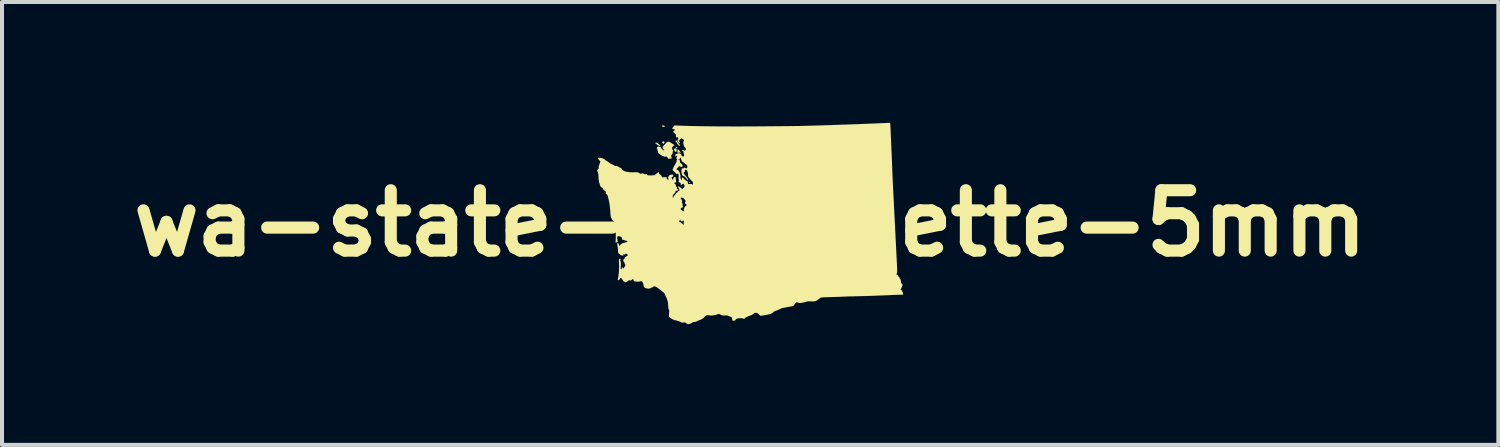
<source format=kicad_pcb>
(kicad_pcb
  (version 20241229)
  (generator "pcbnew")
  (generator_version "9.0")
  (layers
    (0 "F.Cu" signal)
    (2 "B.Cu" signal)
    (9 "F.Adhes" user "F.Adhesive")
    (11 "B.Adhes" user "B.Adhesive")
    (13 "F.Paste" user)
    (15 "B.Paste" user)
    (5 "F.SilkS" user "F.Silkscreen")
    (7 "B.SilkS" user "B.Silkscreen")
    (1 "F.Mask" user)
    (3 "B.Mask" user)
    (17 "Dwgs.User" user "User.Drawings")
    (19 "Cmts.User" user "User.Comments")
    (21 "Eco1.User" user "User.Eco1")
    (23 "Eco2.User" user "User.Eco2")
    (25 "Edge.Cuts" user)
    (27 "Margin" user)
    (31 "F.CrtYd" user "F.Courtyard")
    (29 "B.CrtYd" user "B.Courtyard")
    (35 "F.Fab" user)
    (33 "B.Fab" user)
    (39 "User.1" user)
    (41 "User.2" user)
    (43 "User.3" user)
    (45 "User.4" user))
  (footprint "wa-state-silhouette-5mm"
    (layer "F.Cu")
    (at 15.586 2.497)
    (property "Reference" "wa-state-silhouette-5mm" (at 0 0 0) (layer "F.SilkS") (effects (font (size 1.5 1.5) (thickness 0.3))))
    (attr board_only exclude_from_pos_files exclude_from_bom)
    (fp_poly (pts (xy -2.24 1.66) (xy -2.245 1.664) (xy -2.249 1.66) (xy -2.245 1.655)) (stroke (width 0) (type solid)) (fill yes) (layer "F.SilkS"))
    (fp_poly (pts (xy -2.149 1.742) (xy -2.153 1.746) (xy -2.158 1.742) (xy -2.153 1.737)) (stroke (width 0) (type solid)) (fill yes) (layer "F.SilkS"))
    (fp_poly (pts (xy -1.856 -1.495) (xy -1.861 -1.49) (xy -1.865 -1.495) (xy -1.861 -1.499)) (stroke (width 0) (type solid)) (fill yes) (layer "F.SilkS"))
    (fp_poly (pts (xy -1.756 -1.852) (xy -1.76 -1.847) (xy -1.765 -1.852) (xy -1.76 -1.856)) (stroke (width 0) (type solid)) (fill yes) (layer "F.SilkS"))
    (fp_poly (pts (xy -1.746 -2.053) (xy -1.751 -2.048) (xy -1.756 -2.053) (xy -1.751 -2.057)) (stroke (width 0) (type solid)) (fill yes) (layer "F.SilkS"))
    (fp_poly (pts (xy -1.71 -1.522) (xy -1.714 -1.518) (xy -1.719 -1.522) (xy -1.714 -1.527)) (stroke (width 0) (type solid)) (fill yes) (layer "F.SilkS"))
    (fp_poly (pts (xy -1.673 -1.724) (xy -1.678 -1.719) (xy -1.682 -1.724) (xy -1.678 -1.728)) (stroke (width 0) (type solid)) (fill yes) (layer "F.SilkS"))
    (fp_poly (pts (xy -1.628 -1.824) (xy -1.632 -1.82) (xy -1.637 -1.824) (xy -1.632 -1.829)) (stroke (width 0) (type solid)) (fill yes) (layer "F.SilkS"))
    (fp_poly (pts (xy -1.509 -1.028) (xy -1.502 -1.022) (xy -1.491 -1.007) (xy -1.495 -1.001) (xy -1.506 -1.003) (xy -1.516 -1.015) (xy -1.518 -1.022) (xy -1.516 -1.032)) (stroke (width 0) (type solid)) (fill yes) (layer "F.SilkS"))
    (fp_poly (pts (xy -1.816 -1.893) (xy -1.81 -1.884) (xy -1.807 -1.869) (xy -1.816 -1.865) (xy -1.837 -1.873) (xy -1.841 -1.876) (xy -1.852 -1.885) (xy -1.847 -1.893) (xy -1.846 -1.894) (xy -1.828 -1.901)) (stroke (width 0) (type solid)) (fill yes) (layer "F.SilkS"))
    (fp_poly (pts (xy -2.16 -2.434) (xy -2.134 -2.424) (xy -2.122 -2.406) (xy -2.121 -2.402) (xy -2.129 -2.398) (xy -2.149 -2.396) (xy -2.153 -2.396) (xy -2.175 -2.397) (xy -2.184 -2.405) (xy -2.185 -2.417) (xy -2.183 -2.432) (xy -2.171 -2.436)) (stroke (width 0) (type solid)) (fill yes) (layer "F.SilkS"))
    (fp_poly (pts (xy -2.138 -2.036) (xy -2.131 -2.021) (xy -2.13 -2.018) (xy -2.136 -1.995) (xy -2.149 -1.979) (xy -2.16 -1.975) (xy -2.166 -1.982) (xy -2.167 -1.989) (xy -2.174 -2.001) (xy -2.181 -2.002) (xy -2.193 -2.006) (xy -2.189 -2.017) (xy -2.178 -2.026) (xy -2.155 -2.038)) (stroke (width 0) (type solid)) (fill yes) (layer "F.SilkS"))
    (fp_poly (pts (xy -1.852 -1.865) (xy -1.84 -1.849) (xy -1.83 -1.831) (xy -1.824 -1.807) (xy -1.829 -1.792) (xy -1.844 -1.776) (xy -1.862 -1.777) (xy -1.879 -1.794) (xy -1.881 -1.799) (xy -1.891 -1.825) (xy -1.89 -1.842) (xy -1.877 -1.859) (xy -1.876 -1.859) (xy -1.863 -1.868)) (stroke (width 0) (type solid)) (fill yes) (layer "F.SilkS"))
    (fp_poly (pts (xy -2.335 -2.001) (xy -2.312 -1.993) (xy -2.286 -1.98) (xy -2.263 -1.963) (xy -2.249 -1.947) (xy -2.234 -1.924) (xy -2.231 -1.913) (xy -2.241 -1.912) (xy -2.263 -1.923) (xy -2.299 -1.945) (xy -2.303 -1.947) (xy -2.33 -1.966) (xy -2.35 -1.982) (xy -2.359 -1.992) (xy -2.359 -1.993) (xy -2.352 -2.002)) (stroke (width 0) (type solid)) (fill yes) (layer "F.SilkS"))
    (fp_poly (pts (xy -1.796 -1.842) (xy -1.782 -1.829) (xy -1.765 -1.81) (xy -1.748 -1.79) (xy -1.734 -1.771) (xy -1.728 -1.76) (xy -1.728 -1.759) (xy -1.731 -1.749) (xy -1.741 -1.755) (xy -1.759 -1.76) (xy -1.777 -1.756) (xy -1.795 -1.752) (xy -1.805 -1.754) (xy -1.806 -1.765) (xy -1.806 -1.787) (xy -1.805 -1.813) (xy -1.804 -1.835) (xy -1.802 -1.845)) (stroke (width 0) (type solid)) (fill yes) (layer "F.SilkS"))
    (fp_poly (pts (xy -1.823 -2.046) (xy -1.815 -2.032) (xy -1.796 -2.003) (xy -1.773 -1.976) (xy -1.772 -1.974) (xy -1.755 -1.953) (xy -1.747 -1.934) (xy -1.749 -1.922) (xy -1.755 -1.92) (xy -1.767 -1.926) (xy -1.784 -1.941) (xy -1.788 -1.944) (xy -1.807 -1.968) (xy -1.821 -1.993) (xy -1.821 -1.995) (xy -1.832 -2.013) (xy -1.844 -2.021) (xy -1.854 -2.028) (xy -1.854 -2.044) (xy -1.849 -2.062) (xy -1.838 -2.063)) (stroke (width 0) (type solid)) (fill yes) (layer "F.SilkS"))
    (fp_poly (pts (xy -2.022 -2.026) (xy -1.996 -2.015) (xy -1.96 -1.995) (xy -1.916 -1.966) (xy -1.881 -1.944) (xy -1.913 -1.916) (xy -1.936 -1.89) (xy -1.943 -1.865) (xy -1.933 -1.837) (xy -1.926 -1.825) (xy -1.916 -1.805) (xy -1.918 -1.791) (xy -1.921 -1.787) (xy -1.927 -1.768) (xy -1.926 -1.753) (xy -1.927 -1.732) (xy -1.944 -1.709) (xy -1.945 -1.708) (xy -1.961 -1.689) (xy -1.965 -1.675) (xy -1.959 -1.654) (xy -1.958 -1.65) (xy -1.951 -1.628) (xy -1.949 -1.615) (xy -1.949 -1.614) (xy -1.959 -1.611) (xy -1.981 -1.607) (xy -1.994 -1.605) (xy -2.02 -1.602) (xy -2.034 -1.604) (xy -2.04 -1.613) (xy -2.041 -1.618) (xy -2.05 -1.632) (xy -2.059 -1.635) (xy -2.068 -1.639) (xy -2.068 -1.649) (xy -2.069 -1.66) (xy -2.079 -1.658) (xy -2.083 -1.656) (xy -2.107 -1.652) (xy -2.14 -1.658) (xy -2.178 -1.673) (xy -2.216 -1.695) (xy -2.238 -1.709) (xy -2.254 -1.718) (xy -2.258 -1.719) (xy -2.267 -1.726) (xy -2.278 -1.744) (xy -2.288 -1.764) (xy -2.291 -1.779) (xy -2.291 -1.782) (xy -2.292 -1.794) (xy -2.295 -1.797) (xy -2.302 -1.809) (xy -2.304 -1.824) (xy -2.308 -1.842) (xy -2.315 -1.849) (xy -2.321 -1.859) (xy -2.319 -1.876) (xy -2.311 -1.893) (xy -2.298 -1.903) (xy -2.297 -1.904) (xy -2.271 -1.905) (xy -2.246 -1.902) (xy -2.228 -1.895) (xy -2.222 -1.887) (xy -2.215 -1.873) (xy -2.199 -1.853) (xy -2.179 -1.833) (xy -2.159 -1.818) (xy -2.144 -1.812) (xy -2.143 -1.812) (xy -2.131 -1.82) (xy -2.133 -1.829) (xy -2.149 -1.836) (xy -2.163 -1.843) (xy -2.163 -1.853) (xy -2.165 -1.87) (xy -2.173 -1.879) (xy -2.179 -1.883) (xy -2.182 -1.888) (xy -2.18 -1.896) (xy -2.171 -1.908) (xy -2.154 -1.927) (xy -2.127 -1.956) (xy -2.103 -1.982) (xy -2.08 -2.006) (xy -2.061 -2.021) (xy -2.042 -2.028)) (stroke (width 0) (type solid)) (fill yes) (layer "F.SilkS"))
    (fp_poly (pts (xy 3.478 -2.471) (xy 3.48 -2.453) (xy 3.482 -2.421) (xy 3.485 -2.378) (xy 3.487 -2.329) (xy 3.488 -2.309) (xy 3.49 -2.264) (xy 3.492 -2.204) (xy 3.495 -2.134) (xy 3.499 -2.057) (xy 3.502 -1.977) (xy 3.506 -1.896) (xy 3.506 -1.879) (xy 3.51 -1.79) (xy 3.515 -1.691) (xy 3.519 -1.588) (xy 3.523 -1.487) (xy 3.527 -1.393) (xy 3.529 -1.321) (xy 3.532 -1.245) (xy 3.536 -1.156) (xy 3.54 -1.058) (xy 3.545 -0.955) (xy 3.55 -0.853) (xy 3.555 -0.756) (xy 3.557 -0.713) (xy 3.562 -0.629) (xy 3.567 -0.531) (xy 3.572 -0.423) (xy 3.578 -0.308) (xy 3.584 -0.191) (xy 3.59 -0.075) (xy 3.595 0.035) (xy 3.598 0.087) (xy 3.603 0.189) (xy 3.608 0.296) (xy 3.614 0.404) (xy 3.619 0.51) (xy 3.624 0.611) (xy 3.629 0.702) (xy 3.633 0.781) (xy 3.635 0.823) (xy 3.64 0.921) (xy 3.644 1.002) (xy 3.647 1.068) (xy 3.649 1.12) (xy 3.65 1.161) (xy 3.65 1.192) (xy 3.649 1.214) (xy 3.648 1.229) (xy 3.645 1.238) (xy 3.642 1.244) (xy 3.641 1.245) (xy 3.631 1.261) (xy 3.637 1.272) (xy 3.653 1.28) (xy 3.671 1.293) (xy 3.676 1.307) (xy 3.683 1.324) (xy 3.694 1.33) (xy 3.709 1.344) (xy 3.712 1.358) (xy 3.715 1.375) (xy 3.72 1.381) (xy 3.73 1.389) (xy 3.739 1.408) (xy 3.745 1.432) (xy 3.746 1.453) (xy 3.746 1.456) (xy 3.747 1.477) (xy 3.764 1.501) (xy 3.788 1.526) (xy 3.77 1.574) (xy 3.759 1.603) (xy 3.746 1.626) (xy 3.74 1.634) (xy 3.732 1.643) (xy 3.739 1.649) (xy 3.746 1.651) (xy 3.762 1.663) (xy 3.778 1.69) (xy 3.793 1.732) (xy 3.799 1.753) (xy 3.801 1.764) (xy 3.797 1.77) (xy 3.784 1.773) (xy 3.757 1.774) (xy 3.742 1.774) (xy 3.713 1.774) (xy 3.67 1.776) (xy 3.617 1.778) (xy 3.558 1.78) (xy 3.497 1.783) (xy 3.411 1.787) (xy 3.309 1.791) (xy 3.196 1.795) (xy 3.075 1.8) (xy 2.948 1.804) (xy 2.821 1.808) (xy 2.695 1.811) (xy 2.574 1.814) (xy 2.556 1.815) (xy 2.489 1.816) (xy 2.424 1.818) (xy 2.364 1.82) (xy 2.313 1.822) (xy 2.276 1.823) (xy 2.263 1.824) (xy 2.232 1.826) (xy 2.187 1.827) (xy 2.131 1.829) (xy 2.068 1.831) (xy 2.002 1.833) (xy 1.97 1.834) (xy 1.901 1.836) (xy 1.847 1.838) (xy 1.807 1.84) (xy 1.778 1.842) (xy 1.759 1.845) (xy 1.747 1.849) (xy 1.739 1.853) (xy 1.737 1.856) (xy 1.723 1.869) (xy 1.698 1.887) (xy 1.67 1.907) (xy 1.649 1.92) (xy 1.632 1.93) (xy 1.615 1.936) (xy 1.594 1.939) (xy 1.567 1.94) (xy 1.529 1.94) (xy 1.476 1.939) (xy 1.471 1.938) (xy 1.438 1.939) (xy 1.411 1.943) (xy 1.4 1.947) (xy 1.381 1.954) (xy 1.351 1.961) (xy 1.329 1.966) (xy 1.294 1.972) (xy 1.262 1.977) (xy 1.247 1.98) (xy 1.21 1.979) (xy 1.19 1.971) (xy 1.165 1.962) (xy 1.144 1.966) (xy 1.124 1.983) (xy 1.101 2.015) (xy 1.086 2.037) (xy 1.073 2.05) (xy 1.056 2.058) (xy 1.028 2.063) (xy 1.011 2.066) (xy 0.966 2.073) (xy 0.918 2.082) (xy 0.887 2.089) (xy 0.853 2.096) (xy 0.824 2.101) (xy 0.808 2.103) (xy 0.791 2.107) (xy 0.763 2.118) (xy 0.732 2.133) (xy 0.73 2.134) (xy 0.695 2.151) (xy 0.661 2.165) (xy 0.637 2.172) (xy 0.6 2.187) (xy 0.569 2.212) (xy 0.549 2.229) (xy 0.527 2.242) (xy 0.498 2.253) (xy 0.456 2.264) (xy 0.453 2.265) (xy 0.407 2.275) (xy 0.36 2.284) (xy 0.319 2.29) (xy 0.311 2.291) (xy 0.251 2.297) (xy 0.213 2.259) (xy 0.176 2.231) (xy 0.143 2.221) (xy 0.109 2.228) (xy 0.08 2.248) (xy 0.054 2.267) (xy 0.028 2.282) (xy 0.023 2.284) (xy -0.03 2.303) (xy -0.069 2.319) (xy -0.096 2.332) (xy -0.116 2.344) (xy -0.129 2.355) (xy -0.147 2.371) (xy -0.159 2.374) (xy -0.174 2.368) (xy -0.176 2.367) (xy -0.198 2.36) (xy -0.231 2.357) (xy -0.269 2.358) (xy -0.306 2.363) (xy -0.336 2.371) (xy -0.35 2.379) (xy -0.362 2.395) (xy -0.366 2.404) (xy -0.374 2.411) (xy -0.392 2.418) (xy -0.415 2.421) (xy -0.434 2.421) (xy -0.438 2.419) (xy -0.445 2.406) (xy -0.448 2.384) (xy -0.448 2.384) (xy -0.454 2.354) (xy -0.467 2.332) (xy -0.485 2.322) (xy -0.486 2.322) (xy -0.502 2.318) (xy -0.526 2.308) (xy -0.535 2.303) (xy -0.561 2.293) (xy -0.586 2.288) (xy -0.62 2.289) (xy -0.628 2.29) (xy -0.663 2.292) (xy -0.689 2.289) (xy -0.715 2.28) (xy -0.73 2.272) (xy -0.774 2.249) (xy -0.824 2.266) (xy -0.878 2.281) (xy -0.934 2.289) (xy -0.985 2.291) (xy -1.023 2.286) (xy -1.066 2.283) (xy -1.104 2.295) (xy -1.134 2.321) (xy -1.141 2.331) (xy -1.157 2.352) (xy -1.174 2.364) (xy -1.175 2.365) (xy -1.197 2.375) (xy -1.207 2.382) (xy -1.224 2.392) (xy -1.25 2.402) (xy -1.257 2.404) (xy -1.289 2.415) (xy -1.318 2.43) (xy -1.321 2.432) (xy -1.354 2.446) (xy -1.387 2.45) (xy -1.412 2.452) (xy -1.429 2.458) (xy -1.431 2.46) (xy -1.445 2.472) (xy -1.47 2.486) (xy -1.498 2.497) (xy -1.522 2.504) (xy -1.529 2.505) (xy -1.555 2.501) (xy -1.568 2.497) (xy -1.59 2.483) (xy -1.599 2.474) (xy -1.612 2.465) (xy -1.631 2.463) (xy -1.656 2.465) (xy -1.689 2.467) (xy -1.711 2.462) (xy -1.713 2.461) (xy -1.732 2.45) (xy -1.761 2.437) (xy -1.796 2.425) (xy -1.83 2.414) (xy -1.858 2.408) (xy -1.872 2.407) (xy -1.888 2.408) (xy -1.893 2.403) (xy -1.9 2.396) (xy -1.904 2.395) (xy -1.917 2.39) (xy -1.94 2.378) (xy -1.967 2.361) (xy -1.993 2.344) (xy -2.01 2.331) (xy -2.016 2.321) (xy -2.018 2.302) (xy -2.018 2.27) (xy -2.016 2.239) (xy -2.013 2.197) (xy -2.013 2.168) (xy -2.017 2.151) (xy -2.022 2.143) (xy -2.029 2.125) (xy -2.034 2.095) (xy -2.036 2.072) (xy -2.042 1.981) (xy -2.058 1.906) (xy -2.082 1.847) (xy -2.098 1.815) (xy -2.111 1.785) (xy -2.116 1.768) (xy -2.128 1.742) (xy -2.146 1.722) (xy -2.167 1.706) (xy -2.194 1.685) (xy -2.209 1.673) (xy -2.261 1.632) (xy -2.302 1.602) (xy -2.334 1.582) (xy -2.359 1.571) (xy -2.379 1.567) (xy -2.397 1.57) (xy -2.398 1.57) (xy -2.417 1.579) (xy -2.425 1.589) (xy -2.425 1.59) (xy -2.428 1.597) (xy -2.432 1.596) (xy -2.445 1.596) (xy -2.466 1.605) (xy -2.471 1.608) (xy -2.495 1.619) (xy -2.522 1.622) (xy -2.551 1.621) (xy -2.598 1.611) (xy -2.63 1.591) (xy -2.648 1.56) (xy -2.652 1.53) (xy -2.656 1.497) (xy -2.671 1.47) (xy -2.678 1.461) (xy -2.696 1.443) (xy -2.709 1.437) (xy -2.724 1.441) (xy -2.727 1.442) (xy -2.749 1.447) (xy -2.783 1.449) (xy -2.821 1.449) (xy -2.856 1.446) (xy -2.878 1.441) (xy -2.895 1.427) (xy -2.898 1.413) (xy -2.904 1.394) (xy -2.912 1.386) (xy -2.924 1.386) (xy -2.926 1.389) (xy -2.933 1.399) (xy -2.949 1.412) (xy -2.95 1.413) (xy -2.973 1.423) (xy -2.994 1.419) (xy -3.008 1.416) (xy -3.024 1.422) (xy -3.047 1.439) (xy -3.049 1.44) (xy -3.078 1.46) (xy -3.1 1.465) (xy -3.103 1.465) (xy -3.122 1.457) (xy -3.141 1.445) (xy -3.155 1.433) (xy -3.159 1.425) (xy -3.158 1.424) (xy -3.161 1.416) (xy -3.168 1.408) (xy -3.18 1.393) (xy -3.182 1.386) (xy -3.189 1.374) (xy -3.204 1.364) (xy -3.22 1.359) (xy -3.23 1.366) (xy -3.237 1.38) (xy -3.25 1.399) (xy -3.268 1.412) (xy -3.285 1.415) (xy -3.291 1.412) (xy -3.291 1.401) (xy -3.287 1.379) (xy -3.284 1.364) (xy -3.275 1.324) (xy -3.268 1.27) (xy -3.263 1.207) (xy -3.259 1.141) (xy -3.257 1.076) (xy -3.258 1.017) (xy -3.259 1.004) (xy -3.261 0.952) (xy -3.261 0.916) (xy -3.258 0.893) (xy -3.251 0.881) (xy -3.241 0.878) (xy -3.241 0.878) (xy -3.229 0.884) (xy -3.223 0.898) (xy -3.227 0.91) (xy -3.228 0.91) (xy -3.23 0.921) (xy -3.223 0.942) (xy -3.223 0.942) (xy -3.216 0.96) (xy -3.213 0.983) (xy -3.213 1.016) (xy -3.215 1.056) (xy -3.218 1.097) (xy -3.218 1.122) (xy -3.216 1.136) (xy -3.211 1.142) (xy -3.206 1.143) (xy -3.194 1.14) (xy -3.192 1.136) (xy -3.193 1.111) (xy -3.188 1.095) (xy -3.18 1.089) (xy -3.171 1.098) (xy -3.168 1.106) (xy -3.162 1.12) (xy -3.153 1.122) (xy -3.14 1.109) (xy -3.125 1.088) (xy -3.106 1.055) (xy -3.1 1.033) (xy -3.108 1.02) (xy -3.109 1.019) (xy -3.116 1.007) (xy -3.118 0.996) (xy -3.124 0.977) (xy -3.136 0.962) (xy -3.15 0.942) (xy -3.154 0.922) (xy -3.147 0.897) (xy -3.136 0.887) (xy -3.121 0.872) (xy -3.118 0.859) (xy -3.111 0.841) (xy -3.102 0.835) (xy -3.083 0.825) (xy -3.061 0.811) (xy -3.061 0.811) (xy -3.036 0.792) (xy -3.059 0.771) (xy -3.08 0.755) (xy -3.094 0.75) (xy -3.098 0.759) (xy -3.097 0.761) (xy -3.102 0.771) (xy -3.118 0.775) (xy -3.135 0.774) (xy -3.147 0.767) (xy -3.153 0.763) (xy -3.152 0.776) (xy -3.152 0.78) (xy -3.151 0.796) (xy -3.157 0.802) (xy -3.176 0.802) (xy -3.18 0.801) (xy -3.205 0.795) (xy -3.222 0.785) (xy -3.223 0.783) (xy -3.238 0.77) (xy -3.246 0.766) (xy -3.265 0.758) (xy -3.277 0.739) (xy -3.282 0.709) (xy -3.283 0.684) (xy -3.285 0.642) (xy -3.291 0.595) (xy -3.297 0.568) (xy -3.304 0.53) (xy -3.304 0.508) (xy -3.301 0.499) (xy -3.286 0.494) (xy -3.271 0.504) (xy -3.26 0.523) (xy -3.257 0.538) (xy -3.251 0.56) (xy -3.243 0.566) (xy -3.235 0.555) (xy -3.232 0.546) (xy -3.218 0.525) (xy -3.191 0.505) (xy -3.155 0.489) (xy -3.132 0.483) (xy -3.1 0.476) (xy -3.07 0.468) (xy -3.068 0.467) (xy -3.05 0.459) (xy -3.047 0.452) (xy -3.058 0.443) (xy -3.058 0.443) (xy -3.079 0.432) (xy -3.092 0.43) (xy -3.115 0.425) (xy -3.125 0.421) (xy -3.146 0.413) (xy -3.166 0.407) (xy -3.184 0.401) (xy -3.188 0.389) (xy -3.186 0.384) (xy -3.188 0.362) (xy -3.204 0.342) (xy -3.229 0.327) (xy -3.259 0.32) (xy -3.263 0.32) (xy -3.292 0.324) (xy -3.304 0.334) (xy -3.305 0.349) (xy -3.303 0.376) (xy -3.299 0.406) (xy -3.293 0.432) (xy -3.287 0.447) (xy -3.292 0.455) (xy -3.309 0.466) (xy -3.314 0.469) (xy -3.345 0.483) (xy -3.34 0.377) (xy -3.339 0.293) (xy -3.344 0.207) (xy -3.356 0.115) (xy -3.371 0.03) (xy -3.38 -0.011) (xy -3.389 -0.037) (xy -3.399 -0.053) (xy -3.406 -0.059) (xy -3.424 -0.078) (xy -3.433 -0.097) (xy -3.442 -0.119) (xy -3.452 -0.132) (xy -3.458 -0.143) (xy -3.464 -0.168) (xy -3.469 -0.207) (xy -3.474 -0.263) (xy -3.474 -0.27) (xy -3.48 -0.349) (xy -3.487 -0.415) (xy -3.494 -0.473) (xy -3.504 -0.527) (xy -3.515 -0.583) (xy -3.531 -0.645) (xy -3.539 -0.679) (xy -3.554 -0.71) (xy -3.571 -0.724) (xy -3.585 -0.734) (xy -3.588 -0.742) (xy -3.585 -0.758) (xy -3.589 -0.779) (xy -3.597 -0.797) (xy -3.607 -0.805) (xy -3.62 -0.811) (xy -3.636 -0.826) (xy -3.652 -0.844) (xy -3.662 -0.86) (xy -3.662 -0.868) (xy -3.667 -0.876) (xy -3.683 -0.887) (xy -3.688 -0.889) (xy -3.709 -0.902) (xy -3.721 -0.921) (xy -3.73 -0.948) (xy -3.738 -0.975) (xy -3.745 -0.996) (xy -3.748 -1.001) (xy -3.753 -1.015) (xy -3.758 -1.042) (xy -3.763 -1.079) (xy -3.767 -1.121) (xy -3.77 -1.163) (xy -3.771 -1.193) (xy -3.775 -1.23) (xy -3.785 -1.267) (xy -3.789 -1.278) (xy -3.806 -1.317) (xy -3.781 -1.34) (xy -3.765 -1.359) (xy -3.761 -1.377) (xy -3.763 -1.39) (xy -3.764 -1.413) (xy -3.76 -1.429) (xy -3.753 -1.444) (xy -3.743 -1.469) (xy -3.736 -1.488) (xy -3.721 -1.536) (xy -3.753 -1.57) (xy -3.776 -1.597) (xy -3.783 -1.616) (xy -3.774 -1.626) (xy -3.749 -1.629) (xy -3.74 -1.629) (xy -3.712 -1.625) (xy -3.692 -1.62) (xy -3.688 -1.617) (xy -3.671 -1.613) (xy -3.664 -1.614) (xy -3.65 -1.612) (xy -3.645 -1.605) (xy -3.636 -1.595) (xy -3.63 -1.595) (xy -3.619 -1.593) (xy -3.61 -1.582) (xy -3.598 -1.568) (xy -3.59 -1.563) (xy -3.58 -1.558) (xy -3.558 -1.545) (xy -3.53 -1.526) (xy -3.519 -1.518) (xy -3.49 -1.497) (xy -3.466 -1.481) (xy -3.452 -1.473) (xy -3.45 -1.472) (xy -3.436 -1.468) (xy -3.414 -1.458) (xy -3.389 -1.445) (xy -3.369 -1.433) (xy -3.359 -1.425) (xy -3.349 -1.422) (xy -3.342 -1.426) (xy -3.33 -1.429) (xy -3.311 -1.423) (xy -3.281 -1.407) (xy -3.251 -1.39) (xy -3.225 -1.377) (xy -3.212 -1.371) (xy -3.196 -1.361) (xy -3.191 -1.352) (xy -3.184 -1.337) (xy -3.165 -1.32) (xy -3.141 -1.303) (xy -3.127 -1.297) (xy -3.082 -1.283) (xy -3.025 -1.273) (xy -2.963 -1.267) (xy -2.904 -1.266) (xy -2.879 -1.267) (xy -2.825 -1.269) (xy -2.787 -1.264) (xy -2.762 -1.254) (xy -2.752 -1.243) (xy -2.739 -1.234) (xy -2.72 -1.23) (xy -2.705 -1.232) (xy -2.702 -1.234) (xy -2.687 -1.243) (xy -2.665 -1.241) (xy -2.644 -1.231) (xy -2.641 -1.229) (xy -2.619 -1.218) (xy -2.599 -1.22) (xy -2.576 -1.224) (xy -2.567 -1.22) (xy -2.567 -1.21) (xy -2.561 -1.2) (xy -2.537 -1.193) (xy -2.495 -1.19) (xy -2.447 -1.19) (xy -2.411 -1.192) (xy -2.386 -1.195) (xy -2.368 -1.202) (xy -2.35 -1.216) (xy -2.332 -1.231) (xy -2.306 -1.252) (xy -2.284 -1.266) (xy -2.272 -1.271) (xy -2.261 -1.268) (xy -2.266 -1.259) (xy -2.267 -1.258) (xy -2.272 -1.246) (xy -2.265 -1.234) (xy -2.252 -1.221) (xy -2.234 -1.206) (xy -2.222 -1.198) (xy -2.221 -1.198) (xy -2.213 -1.19) (xy -2.203 -1.172) (xy -2.199 -1.165) (xy -2.187 -1.144) (xy -2.175 -1.138) (xy -2.168 -1.139) (xy -2.15 -1.144) (xy -2.123 -1.147) (xy -2.112 -1.147) (xy -2.087 -1.147) (xy -2.075 -1.143) (xy -2.073 -1.132) (xy -2.074 -1.122) (xy -2.072 -1.101) (xy -2.058 -1.09) (xy -2.056 -1.089) (xy -2.035 -1.085) (xy -2.025 -1.088) (xy -2.027 -1.098) (xy -2.029 -1.1) (xy -2.036 -1.116) (xy -2.039 -1.139) (xy -2.039 -1.14) (xy -2.031 -1.169) (xy -2.007 -1.192) (xy -1.973 -1.206) (xy -1.95 -1.209) (xy -1.927 -1.209) (xy -1.917 -1.203) (xy -1.913 -1.188) (xy -1.913 -1.186) (xy -1.913 -1.168) (xy -1.917 -1.161) (xy -1.93 -1.156) (xy -1.941 -1.148) (xy -1.952 -1.138) (xy -1.952 -1.127) (xy -1.943 -1.107) (xy -1.93 -1.088) (xy -1.919 -1.079) (xy -1.913 -1.084) (xy -1.914 -1.098) (xy -1.911 -1.119) (xy -1.897 -1.139) (xy -1.876 -1.151) (xy -1.868 -1.152) (xy -1.855 -1.145) (xy -1.851 -1.127) (xy -1.849 -1.102) (xy -1.845 -1.07) (xy -1.843 -1.058) (xy -1.839 -1.032) (xy -1.84 -1.02) (xy -1.848 -1.015) (xy -1.86 -1.015) (xy -1.877 -1.012) (xy -1.884 -1.007) (xy -1.878 -0.985) (xy -1.865 -0.971) (xy -1.859 -0.969) (xy -1.849 -0.964) (xy -1.848 -0.946) (xy -1.849 -0.942) (xy -1.849 -0.92) (xy -1.841 -0.914) (xy -1.828 -0.907) (xy -1.82 -0.896) (xy -1.815 -0.881) (xy -1.819 -0.878) (xy -1.824 -0.871) (xy -1.823 -0.864) (xy -1.81 -0.852) (xy -1.8 -0.85) (xy -1.786 -0.847) (xy -1.786 -0.836) (xy -1.796 -0.82) (xy -1.815 -0.807) (xy -1.832 -0.808) (xy -1.848 -0.81) (xy -1.853 -0.8) (xy -1.854 -0.789) (xy -1.861 -0.765) (xy -1.883 -0.74) (xy -1.888 -0.736) (xy -1.907 -0.717) (xy -1.918 -0.7) (xy -1.919 -0.694) (xy -1.921 -0.675) (xy -1.924 -0.665) (xy -1.926 -0.646) (xy -1.922 -0.638) (xy -1.913 -0.636) (xy -1.906 -0.651) (xy -1.906 -0.653) (xy -1.896 -0.675) (xy -1.885 -0.688) (xy -1.87 -0.704) (xy -1.856 -0.726) (xy -1.84 -0.747) (xy -1.823 -0.761) (xy -1.805 -0.775) (xy -1.798 -0.787) (xy -1.786 -0.802) (xy -1.774 -0.805) (xy -1.759 -0.808) (xy -1.758 -0.821) (xy -1.759 -0.825) (xy -1.763 -0.846) (xy -1.765 -0.857) (xy -1.771 -0.871) (xy -1.785 -0.887) (xy -1.798 -0.902) (xy -1.797 -0.913) (xy -1.793 -0.917) (xy -1.782 -0.923) (xy -1.773 -0.912) (xy -1.773 -0.912) (xy -1.762 -0.901) (xy -1.755 -0.901) (xy -1.747 -0.9) (xy -1.746 -0.897) (xy -1.739 -0.888) (xy -1.73 -0.887) (xy -1.713 -0.879) (xy -1.7 -0.857) (xy -1.692 -0.828) (xy -1.691 -0.816) (xy -1.687 -0.789) (xy -1.678 -0.765) (xy -1.668 -0.738) (xy -1.665 -0.715) (xy -1.664 -0.686) (xy -1.662 -0.663) (xy -1.662 -0.645) (xy -1.668 -0.638) (xy -1.687 -0.636) (xy -1.694 -0.637) (xy -1.717 -0.636) (xy -1.726 -0.631) (xy -1.727 -0.617) (xy -1.726 -0.614) (xy -1.72 -0.595) (xy -1.706 -0.591) (xy -1.696 -0.59) (xy -1.692 -0.581) (xy -1.693 -0.56) (xy -1.694 -0.548) (xy -1.694 -0.513) (xy -1.687 -0.494) (xy -1.686 -0.493) (xy -1.678 -0.475) (xy -1.679 -0.456) (xy -1.68 -0.433) (xy -1.674 -0.417) (xy -1.669 -0.403) (xy -1.68 -0.394) (xy -1.689 -0.393) (xy -1.709 -0.385) (xy -1.724 -0.367) (xy -1.728 -0.35) (xy -1.72 -0.335) (xy -1.695 -0.319) (xy -1.687 -0.316) (xy -1.661 -0.303) (xy -1.648 -0.29) (xy -1.646 -0.277) (xy -1.642 -0.261) (xy -1.635 -0.256) (xy -1.63 -0.248) (xy -1.63 -0.225) (xy -1.631 -0.212) (xy -1.633 -0.179) (xy -1.626 -0.159) (xy -1.608 -0.148) (xy -1.596 -0.145) (xy -1.579 -0.137) (xy -1.578 -0.126) (xy -1.593 -0.113) (xy -1.6 -0.11) (xy -1.623 -0.097) (xy -1.639 -0.083) (xy -1.66 -0.064) (xy -1.686 -0.05) (xy -1.705 -0.046) (xy -1.718 -0.053) (xy -1.729 -0.071) (xy -1.739 -0.096) (xy -1.751 -0.073) (xy -1.763 -0.047) (xy -1.761 -0.032) (xy -1.748 -0.029) (xy -1.731 -0.025) (xy -1.706 -0.008) (xy -1.687 0.008) (xy -1.664 0.029) (xy -1.649 0.039) (xy -1.639 0.04) (xy -1.629 0.034) (xy -1.627 0.031) (xy -1.615 0.019) (xy -1.617 0.012) (xy -1.633 0.005) (xy -1.649 -0.003) (xy -1.65 -0.01) (xy -1.64 -0.019) (xy -1.621 -0.031) (xy -1.594 -0.045) (xy -1.58 -0.051) (xy -1.553 -0.064) (xy -1.538 -0.079) (xy -1.534 -0.099) (xy -1.539 -0.13) (xy -1.547 -0.16) (xy -1.557 -0.185) (xy -1.568 -0.204) (xy -1.571 -0.206) (xy -1.579 -0.217) (xy -1.575 -0.231) (xy -1.572 -0.236) (xy -1.565 -0.253) (xy -1.571 -0.267) (xy -1.574 -0.272) (xy -1.584 -0.291) (xy -1.593 -0.319) (xy -1.595 -0.329) (xy -1.601 -0.356) (xy -1.608 -0.377) (xy -1.611 -0.382) (xy -1.613 -0.395) (xy -1.603 -0.408) (xy -1.585 -0.415) (xy -1.567 -0.415) (xy -1.549 -0.415) (xy -1.541 -0.419) (xy -1.543 -0.431) (xy -1.555 -0.447) (xy -1.572 -0.46) (xy -1.587 -0.466) (xy -1.587 -0.466) (xy -1.599 -0.473) (xy -1.613 -0.489) (xy -1.621 -0.504) (xy -1.622 -0.516) (xy -1.614 -0.532) (xy -1.6 -0.553) (xy -1.582 -0.587) (xy -1.573 -0.621) (xy -1.574 -0.649) (xy -1.582 -0.664) (xy -1.588 -0.682) (xy -1.583 -0.707) (xy -1.57 -0.735) (xy -1.553 -0.758) (xy -1.529 -0.793) (xy -1.517 -0.834) (xy -1.509 -0.877) (xy -1.503 -0.905) (xy -1.497 -0.922) (xy -1.492 -0.93) (xy -1.486 -0.932) (xy -1.481 -0.933) (xy -1.459 -0.936) (xy -1.443 -0.942) (xy -1.429 -0.952) (xy -1.423 -0.968) (xy -1.422 -0.992) (xy -1.424 -1.021) (xy -1.433 -1.038) (xy -1.445 -1.048) (xy -1.464 -1.064) (xy -1.476 -1.077) (xy -1.486 -1.092) (xy -1.504 -1.113) (xy -1.514 -1.125) (xy -1.532 -1.146) (xy -1.541 -1.165) (xy -1.545 -1.19) (xy -1.545 -1.214) (xy -1.547 -1.245) (xy -1.55 -1.267) (xy -1.554 -1.275) (xy -1.562 -1.288) (xy -1.563 -1.299) (xy -1.572 -1.317) (xy -1.587 -1.326) (xy -1.611 -1.331) (xy -1.622 -1.324) (xy -1.621 -1.306) (xy -1.623 -1.286) (xy -1.637 -1.271) (xy -1.659 -1.254) (xy -1.635 -1.218) (xy -1.614 -1.189) (xy -1.592 -1.162) (xy -1.586 -1.155) (xy -1.565 -1.13) (xy -1.549 -1.104) (xy -1.54 -1.083) (xy -1.541 -1.071) (xy -1.55 -1.073) (xy -1.562 -1.087) (xy -1.585 -1.116) (xy -1.61 -1.143) (xy -1.633 -1.163) (xy -1.651 -1.174) (xy -1.658 -1.174) (xy -1.673 -1.177) (xy -1.686 -1.194) (xy -1.697 -1.221) (xy -1.705 -1.253) (xy -1.709 -1.288) (xy -1.709 -1.32) (xy -1.702 -1.346) (xy -1.695 -1.357) (xy -1.677 -1.367) (xy -1.664 -1.367) (xy -1.648 -1.369) (xy -1.642 -1.377) (xy -1.637 -1.386) (xy -1.627 -1.385) (xy -1.614 -1.377) (xy -1.593 -1.365) (xy -1.579 -1.366) (xy -1.569 -1.381) (xy -1.565 -1.389) (xy -1.558 -1.409) (xy -1.561 -1.425) (xy -1.574 -1.444) (xy -1.59 -1.462) (xy -1.604 -1.472) (xy -1.606 -1.472) (xy -1.62 -1.479) (xy -1.63 -1.49) (xy -1.642 -1.505) (xy -1.651 -1.509) (xy -1.67 -1.517) (xy -1.69 -1.537) (xy -1.707 -1.564) (xy -1.718 -1.592) (xy -1.719 -1.604) (xy -1.722 -1.623) (xy -1.728 -1.632) (xy -1.736 -1.63) (xy -1.737 -1.624) (xy -1.744 -1.608) (xy -1.753 -1.601) (xy -1.764 -1.592) (xy -1.758 -1.581) (xy -1.758 -1.581) (xy -1.75 -1.564) (xy -1.746 -1.539) (xy -1.746 -1.536) (xy -1.743 -1.511) (xy -1.731 -1.497) (xy -1.726 -1.495) (xy -1.708 -1.481) (xy -1.69 -1.459) (xy -1.689 -1.456) (xy -1.678 -1.434) (xy -1.678 -1.419) (xy -1.683 -1.412) (xy -1.7 -1.401) (xy -1.72 -1.4) (xy -1.733 -1.408) (xy -1.745 -1.415) (xy -1.761 -1.417) (xy -1.778 -1.413) (xy -1.783 -1.399) (xy -1.789 -1.384) (xy -1.796 -1.381) (xy -1.811 -1.373) (xy -1.823 -1.355) (xy -1.829 -1.336) (xy -1.821 -1.328) (xy -1.811 -1.326) (xy -1.793 -1.319) (xy -1.775 -1.303) (xy -1.775 -1.302) (xy -1.762 -1.28) (xy -1.749 -1.249) (xy -1.738 -1.215) (xy -1.732 -1.186) (xy -1.732 -1.165) (xy -1.732 -1.164) (xy -1.734 -1.144) (xy -1.729 -1.119) (xy -1.72 -1.096) (xy -1.71 -1.081) (xy -1.704 -1.079) (xy -1.695 -1.083) (xy -1.693 -1.097) (xy -1.695 -1.111) (xy -1.697 -1.134) (xy -1.691 -1.142) (xy -1.676 -1.136) (xy -1.652 -1.115) (xy -1.635 -1.097) (xy -1.611 -1.074) (xy -1.589 -1.058) (xy -1.574 -1.051) (xy -1.565 -1.05) (xy -1.559 -1.044) (xy -1.554 -1.031) (xy -1.549 -1.007) (xy -1.543 -0.969) (xy -1.539 -0.948) (xy -1.538 -0.919) (xy -1.545 -0.905) (xy -1.555 -0.891) (xy -1.558 -0.881) (xy -1.565 -0.869) (xy -1.583 -0.866) (xy -1.587 -0.867) (xy -1.616 -0.876) (xy -1.63 -0.896) (xy -1.63 -0.919) (xy -1.633 -0.946) (xy -1.646 -0.965) (xy -1.667 -0.987) (xy -1.689 -0.969) (xy -1.712 -0.954) (xy -1.724 -0.954) (xy -1.727 -0.968) (xy -1.726 -0.974) (xy -1.726 -0.993) (xy -1.739 -1.006) (xy -1.747 -1.011) (xy -1.771 -1.026) (xy -1.78 -1.041) (xy -1.775 -1.059) (xy -1.774 -1.06) (xy -1.769 -1.077) (xy -1.774 -1.084) (xy -1.779 -1.097) (xy -1.779 -1.125) (xy -1.778 -1.142) (xy -1.776 -1.187) (xy -1.782 -1.216) (xy -1.797 -1.23) (xy -1.819 -1.23) (xy -1.839 -1.228) (xy -1.849 -1.237) (xy -1.851 -1.242) (xy -1.861 -1.257) (xy -1.881 -1.278) (xy -1.893 -1.288) (xy -1.914 -1.307) (xy -1.927 -1.322) (xy -1.929 -1.328) (xy -1.925 -1.344) (xy -1.914 -1.37) (xy -1.898 -1.403) (xy -1.88 -1.437) (xy -1.862 -1.468) (xy -1.855 -1.478) (xy -1.839 -1.506) (xy -1.83 -1.533) (xy -1.829 -1.543) (xy -1.825 -1.566) (xy -1.818 -1.58) (xy -1.813 -1.587) (xy -1.797 -1.587) (xy -1.797 -1.582) (xy -1.789 -1.573) (xy -1.788 -1.573) (xy -1.78 -1.579) (xy -1.778 -1.582) (xy -1.781 -1.59) (xy -1.788 -1.591) (xy -1.797 -1.587) (xy -1.813 -1.587) (xy -1.812 -1.589) (xy -1.817 -1.591) (xy -1.829 -1.598) (xy -1.834 -1.615) (xy -1.831 -1.632) (xy -1.824 -1.64) (xy -1.814 -1.656) (xy -1.815 -1.667) (xy -1.826 -1.679) (xy -1.839 -1.681) (xy -1.847 -1.672) (xy -1.847 -1.669) (xy -1.852 -1.656) (xy -1.856 -1.655) (xy -1.863 -1.662) (xy -1.865 -1.68) (xy -1.859 -1.702) (xy -1.856 -1.71) (xy -1.84 -1.725) (xy -1.828 -1.728) (xy -1.804 -1.732) (xy -1.791 -1.738) (xy -1.766 -1.742) (xy -1.739 -1.732) (xy -1.718 -1.712) (xy -1.709 -1.695) (xy -1.695 -1.67) (xy -1.671 -1.66) (xy -1.652 -1.662) (xy -1.64 -1.671) (xy -1.641 -1.681) (xy -1.645 -1.7) (xy -1.649 -1.727) (xy -1.65 -1.731) (xy -1.656 -1.767) (xy -1.663 -1.789) (xy -1.674 -1.8) (xy -1.685 -1.805) (xy -1.698 -1.811) (xy -1.695 -1.82) (xy -1.694 -1.821) (xy -1.682 -1.826) (xy -1.665 -1.819) (xy -1.66 -1.816) (xy -1.637 -1.806) (xy -1.619 -1.81) (xy -1.599 -1.827) (xy -1.596 -1.849) (xy -1.612 -1.875) (xy -1.63 -1.893) (xy -1.641 -1.909) (xy -1.651 -1.938) (xy -1.657 -1.962) (xy -1.662 -1.995) (xy -1.662 -2.016) (xy -1.657 -2.031) (xy -1.652 -2.039) (xy -1.644 -2.054) (xy -1.645 -2.064) (xy -1.657 -2.078) (xy -1.666 -2.086) (xy -1.686 -2.102) (xy -1.7 -2.111) (xy -1.702 -2.112) (xy -1.713 -2.106) (xy -1.732 -2.092) (xy -1.744 -2.081) (xy -1.764 -2.062) (xy -1.772 -2.051) (xy -1.769 -2.041) (xy -1.761 -2.031) (xy -1.75 -2.011) (xy -1.75 -1.997) (xy -1.756 -1.988) (xy -1.764 -1.99) (xy -1.778 -2.002) (xy -1.801 -2.029) (xy -1.806 -2.055) (xy -1.796 -2.083) (xy -1.796 -2.083) (xy -1.786 -2.102) (xy -1.787 -2.115) (xy -1.798 -2.129) (xy -1.815 -2.146) (xy -1.826 -2.146) (xy -1.829 -2.135) (xy -1.833 -2.123) (xy -1.837 -2.121) (xy -1.842 -2.129) (xy -1.844 -2.15) (xy -1.844 -2.162) (xy -1.844 -2.187) (xy -1.85 -2.205) (xy -1.865 -2.223) (xy -1.881 -2.239) (xy -1.92 -2.275) (xy -1.897 -2.29) (xy -1.881 -2.306) (xy -1.874 -2.323) (xy -1.878 -2.335) (xy -1.891 -2.339) (xy -1.904 -2.338) (xy -1.928 -2.341) (xy -1.937 -2.353) (xy -1.93 -2.373) (xy -1.909 -2.399) (xy -1.908 -2.4) (xy -1.876 -2.432) (xy -1.782 -2.428) (xy -1.666 -2.423) (xy -1.533 -2.419) (xy -1.384 -2.415) (xy -1.22 -2.412) (xy -1.043 -2.41) (xy -0.854 -2.408) (xy -0.653 -2.407) (xy -0.443 -2.406) (xy -0.224 -2.406) (xy 0.003 -2.407) (xy 0.2 -2.408) (xy 0.332 -2.409) (xy 0.461 -2.41) (xy 0.586 -2.411) (xy 0.704 -2.412) (xy 0.815 -2.413) (xy 0.917 -2.414) (xy 1.009 -2.415) (xy 1.089 -2.416) (xy 1.155 -2.417) (xy 1.208 -2.417) (xy 1.244 -2.418) (xy 1.257 -2.418) (xy 1.304 -2.42) (xy 1.364 -2.422) (xy 1.432 -2.423) (xy 1.503 -2.425) (xy 1.572 -2.427) (xy 1.577 -2.427) (xy 1.646 -2.429) (xy 1.718 -2.431) (xy 1.787 -2.433) (xy 1.85 -2.435) (xy 1.899 -2.437) (xy 1.902 -2.437) (xy 1.943 -2.438) (xy 2 -2.44) (xy 2.067 -2.443) (xy 2.141 -2.445) (xy 2.219 -2.448) (xy 2.297 -2.45) (xy 2.309 -2.451) (xy 2.395 -2.453) (xy 2.49 -2.457) (xy 2.592 -2.461) (xy 2.698 -2.464) (xy 2.806 -2.469) (xy 2.912 -2.473) (xy 3.014 -2.477) (xy 3.111 -2.481) (xy 3.198 -2.484) (xy 3.274 -2.488) (xy 3.336 -2.49) (xy 3.366 -2.492) (xy 3.473 -2.497)) (stroke (width 0) (type solid)) (fill yes) (layer "F.SilkS")))
  (gr_rect
    (start -3 -3)
    (end 34.171 8.002)
    (stroke (width 0.1) (type default))
    (fill no)
    (layer "Edge.Cuts")))
</source>
